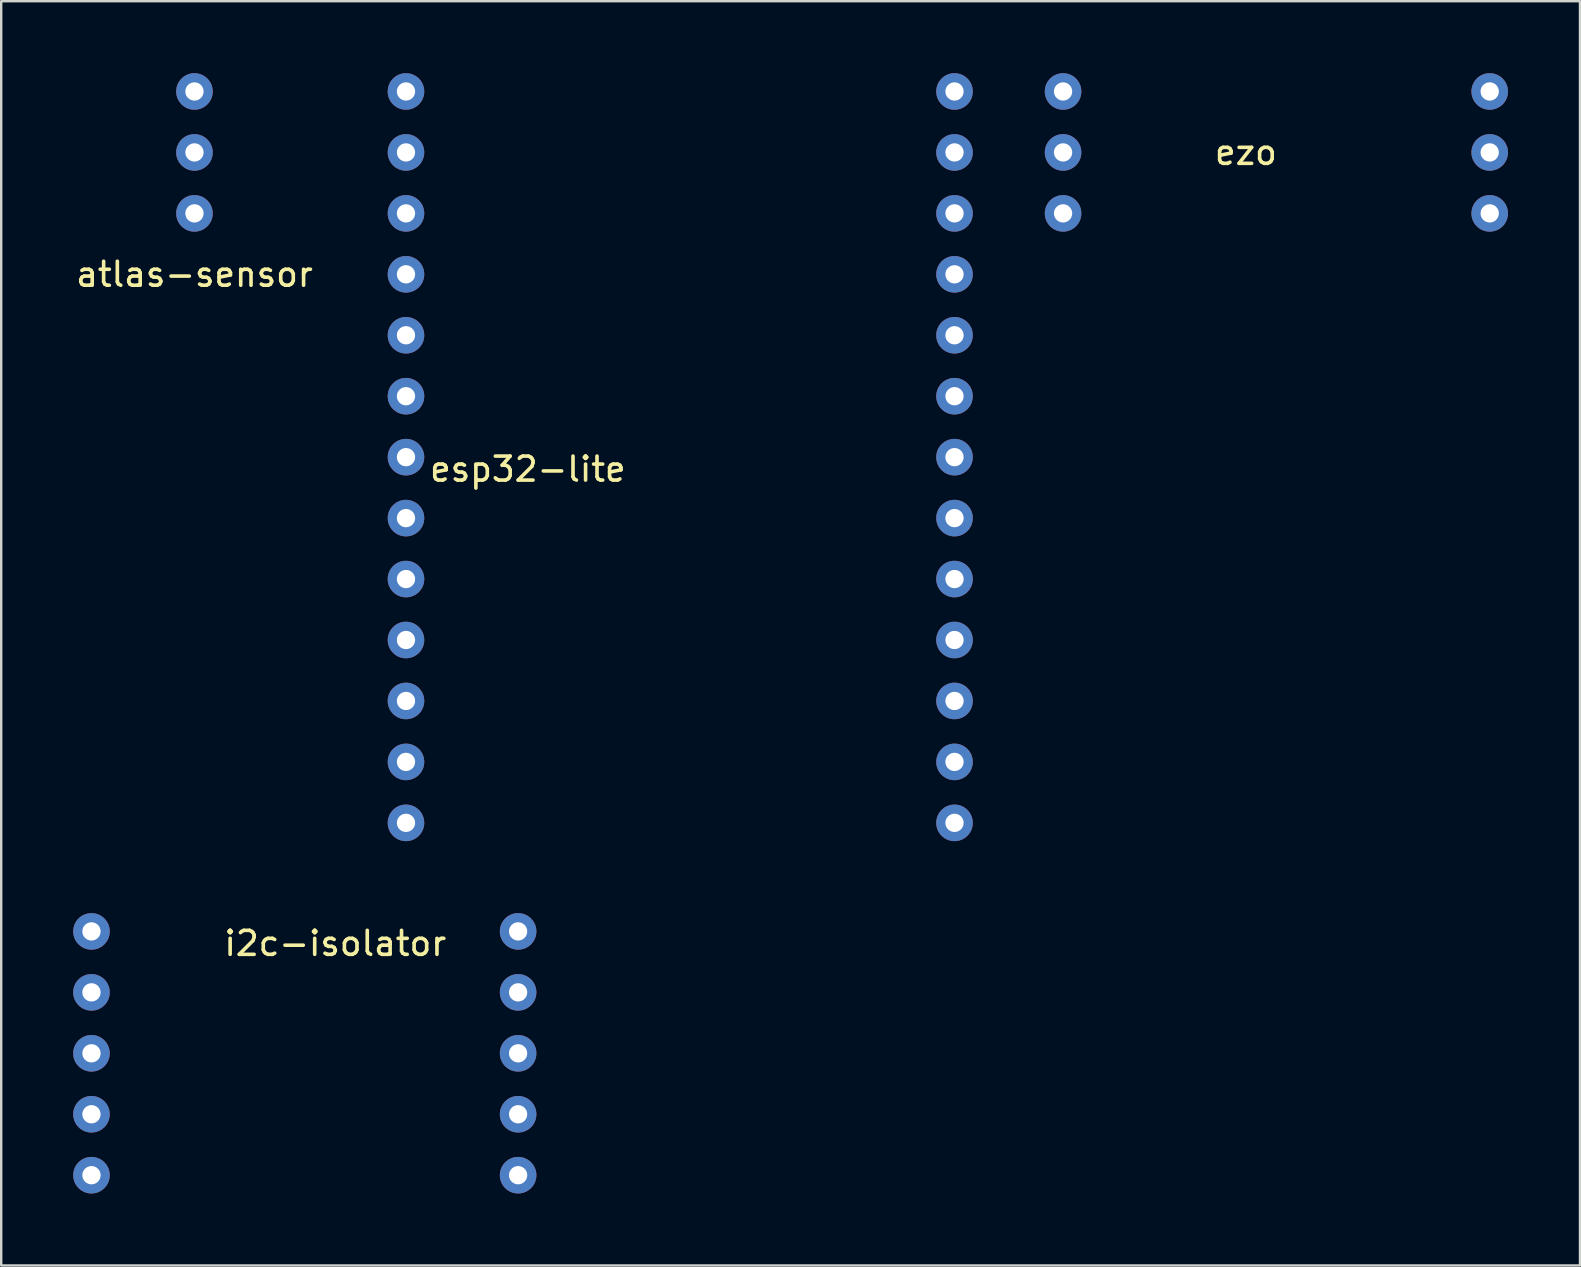
<source format=kicad_pcb>
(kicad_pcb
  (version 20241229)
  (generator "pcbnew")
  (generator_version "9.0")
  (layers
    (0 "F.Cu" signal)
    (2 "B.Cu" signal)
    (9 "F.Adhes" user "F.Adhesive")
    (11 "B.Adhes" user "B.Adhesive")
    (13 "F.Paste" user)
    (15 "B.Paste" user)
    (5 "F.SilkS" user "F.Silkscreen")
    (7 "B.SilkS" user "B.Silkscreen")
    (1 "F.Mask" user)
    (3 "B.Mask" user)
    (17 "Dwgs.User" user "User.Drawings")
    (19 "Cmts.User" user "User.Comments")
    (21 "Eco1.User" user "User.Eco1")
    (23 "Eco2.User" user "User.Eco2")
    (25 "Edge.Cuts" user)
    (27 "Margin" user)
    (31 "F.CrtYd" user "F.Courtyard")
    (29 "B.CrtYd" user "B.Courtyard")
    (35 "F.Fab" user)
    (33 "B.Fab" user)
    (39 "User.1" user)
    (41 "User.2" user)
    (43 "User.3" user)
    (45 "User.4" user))
  (footprint "ezo"
    (layer "F.Cu")
    (at 48.873 0.762)
    (property "Reference" "ezo" (at 0 2.54 0) (layer "F.SilkS") (effects (font (size 1 1) (thickness 0.15))))
    (attr through_hole)
    (pad "1" thru_hole circle (at 10.16 5.08) (size 1.524 1.524) (drill 0.762) (layers "*.Cu" "*.Mask"))
    (pad "2" thru_hole circle (at 10.16 2.54) (size 1.524 1.524) (drill 0.762) (layers "*.Cu" "*.Mask"))
    (pad "3" thru_hole circle (at 10.16 0) (size 1.524 1.524) (drill 0.762) (layers "*.Cu" "*.Mask"))
    (pad "4" thru_hole circle (at -7.62 5.08) (size 1.524 1.524) (drill 0.762) (layers "*.Cu" "*.Mask"))
    (pad "5" thru_hole circle (at -7.62 2.54) (size 1.524 1.524) (drill 0.762) (layers "*.Cu" "*.Mask"))
    (pad "6" thru_hole circle (at -7.62 0) (size 1.524 1.524) (drill 0.762) (layers "*.Cu" "*.Mask")))
  (footprint "esp32-lite"
    (layer "F.Cu")
    (at 18.949 16.002)
    (property "Reference" "esp32-lite" (at 0 0.5 0) (layer "F.SilkS") (effects (font (size 1 1) (thickness 0.15))))
    (attr through_hole)
    (pad "1" thru_hole circle (at -5.08 -15.24) (size 1.524 1.524) (drill 0.762) (layers "*.Cu" "*.Mask"))
    (pad "2" thru_hole circle (at -5.08 -12.7) (size 1.524 1.524) (drill 0.762) (layers "*.Cu" "*.Mask"))
    (pad "3" thru_hole circle (at -5.08 -10.16) (size 1.524 1.524) (drill 0.762) (layers "*.Cu" "*.Mask"))
    (pad "4" thru_hole circle (at -5.08 -7.62) (size 1.524 1.524) (drill 0.762) (layers "*.Cu" "*.Mask"))
    (pad "5" thru_hole circle (at -5.08 -5.08) (size 1.524 1.524) (drill 0.762) (layers "*.Cu" "*.Mask"))
    (pad "6" thru_hole circle (at -5.08 -2.54) (size 1.524 1.524) (drill 0.762) (layers "*.Cu" "*.Mask"))
    (pad "7" thru_hole circle (at -5.08 0) (size 1.524 1.524) (drill 0.762) (layers "*.Cu" "*.Mask"))
    (pad "8" thru_hole circle (at -5.08 2.54) (size 1.524 1.524) (drill 0.762) (layers "*.Cu" "*.Mask"))
    (pad "9" thru_hole circle (at -5.08 5.08) (size 1.524 1.524) (drill 0.762) (layers "*.Cu" "*.Mask"))
    (pad "10" thru_hole circle (at -5.08 7.62) (size 1.524 1.524) (drill 0.762) (layers "*.Cu" "*.Mask"))
    (pad "11" thru_hole circle (at -5.08 10.16) (size 1.524 1.524) (drill 0.762) (layers "*.Cu" "*.Mask"))
    (pad "12" thru_hole circle (at -5.08 12.7) (size 1.524 1.524) (drill 0.762) (layers "*.Cu" "*.Mask"))
    (pad "13" thru_hole circle (at -5.08 15.24) (size 1.524 1.524) (drill 0.762) (layers "*.Cu" "*.Mask"))
    (pad "14" thru_hole circle (at 17.78 -15.24) (size 1.524 1.524) (drill 0.762) (layers "*.Cu" "*.Mask"))
    (pad "15" thru_hole circle (at 17.78 -12.7) (size 1.524 1.524) (drill 0.762) (layers "*.Cu" "*.Mask"))
    (pad "16" thru_hole circle (at 17.78 -10.16) (size 1.524 1.524) (drill 0.762) (layers "*.Cu" "*.Mask"))
    (pad "17" thru_hole circle (at 17.78 -7.62) (size 1.524 1.524) (drill 0.762) (layers "*.Cu" "*.Mask"))
    (pad "18" thru_hole circle (at 17.78 -5.08) (size 1.524 1.524) (drill 0.762) (layers "*.Cu" "*.Mask"))
    (pad "19" thru_hole circle (at 17.78 -2.54) (size 1.524 1.524) (drill 0.762) (layers "*.Cu" "*.Mask"))
    (pad "20" thru_hole circle (at 17.78 0) (size 1.524 1.524) (drill 0.762) (layers "*.Cu" "*.Mask"))
    (pad "21" thru_hole circle (at 17.78 2.54) (size 1.524 1.524) (drill 0.762) (layers "*.Cu" "*.Mask"))
    (pad "22" thru_hole circle (at 17.78 5.08) (size 1.524 1.524) (drill 0.762) (layers "*.Cu" "*.Mask"))
    (pad "23" thru_hole circle (at 17.78 7.62) (size 1.524 1.524) (drill 0.762) (layers "*.Cu" "*.Mask"))
    (pad "24" thru_hole circle (at 17.78 10.16) (size 1.524 1.524) (drill 0.762) (layers "*.Cu" "*.Mask"))
    (pad "25" thru_hole circle (at 17.78 12.7) (size 1.524 1.524) (drill 0.762) (layers "*.Cu" "*.Mask"))
    (pad "26" thru_hole circle (at 17.78 15.24) (size 1.524 1.524) (drill 0.762) (layers "*.Cu" "*.Mask")))
  (footprint "i2c-isolator"
    (layer "F.Cu")
    (at 10.922 35.766)
    (property "Reference" "i2c-isolator" (at 0 0.5 0) (layer "F.SilkS") (effects (font (size 1 1) (thickness 0.15))))
    (attr through_hole)
    (pad "1" thru_hole circle (at -10.16 10.16) (size 1.524 1.524) (drill 0.762) (layers "*.Cu" "*.Mask"))
    (pad "2" thru_hole circle (at -10.16 7.62) (size 1.524 1.524) (drill 0.762) (layers "*.Cu" "*.Mask"))
    (pad "3" thru_hole circle (at -10.16 5.08) (size 1.524 1.524) (drill 0.762) (layers "*.Cu" "*.Mask"))
    (pad "4" thru_hole circle (at -10.16 2.54) (size 1.524 1.524) (drill 0.762) (layers "*.Cu" "*.Mask"))
    (pad "5" thru_hole circle (at -10.16 0) (size 1.524 1.524) (drill 0.762) (layers "*.Cu" "*.Mask"))
    (pad "6" thru_hole circle (at 7.62 10.16) (size 1.524 1.524) (drill 0.762) (layers "*.Cu" "*.Mask"))
    (pad "7" thru_hole circle (at 7.62 7.62) (size 1.524 1.524) (drill 0.762) (layers "*.Cu" "*.Mask"))
    (pad "8" thru_hole circle (at 7.62 5.08) (size 1.524 1.524) (drill 0.762) (layers "*.Cu" "*.Mask"))
    (pad "9" thru_hole circle (at 7.62 2.54) (size 1.524 1.524) (drill 0.762) (layers "*.Cu" "*.Mask"))
    (pad "10" thru_hole circle (at 7.62 0) (size 1.524 1.524) (drill 0.762) (layers "*.Cu" "*.Mask")))
  (footprint "atlas-sensor"
    (layer "F.Cu")
    (at 5.054 3.302)
    (property "Reference" "atlas-sensor" (at 0 5.08 0) (layer "F.SilkS") (effects (font (size 1 1) (thickness 0.15))))
    (attr through_hole)
    (pad "1" thru_hole circle (at 0 -2.54) (size 1.524 1.524) (drill 0.762) (layers "*.Cu" "*.Mask"))
    (pad "2" thru_hole circle (at 0 0) (size 1.524 1.524) (drill 0.762) (layers "*.Cu" "*.Mask"))
    (pad "3" thru_hole circle (at 0 2.54) (size 1.524 1.524) (drill 0.762) (layers "*.Cu" "*.Mask")))
  (gr_rect
    (start -3 -3)
    (end 62.795 49.688)
    (stroke (width 0.1) (type default))
    (fill no)
    (layer "Edge.Cuts")))
</source>
